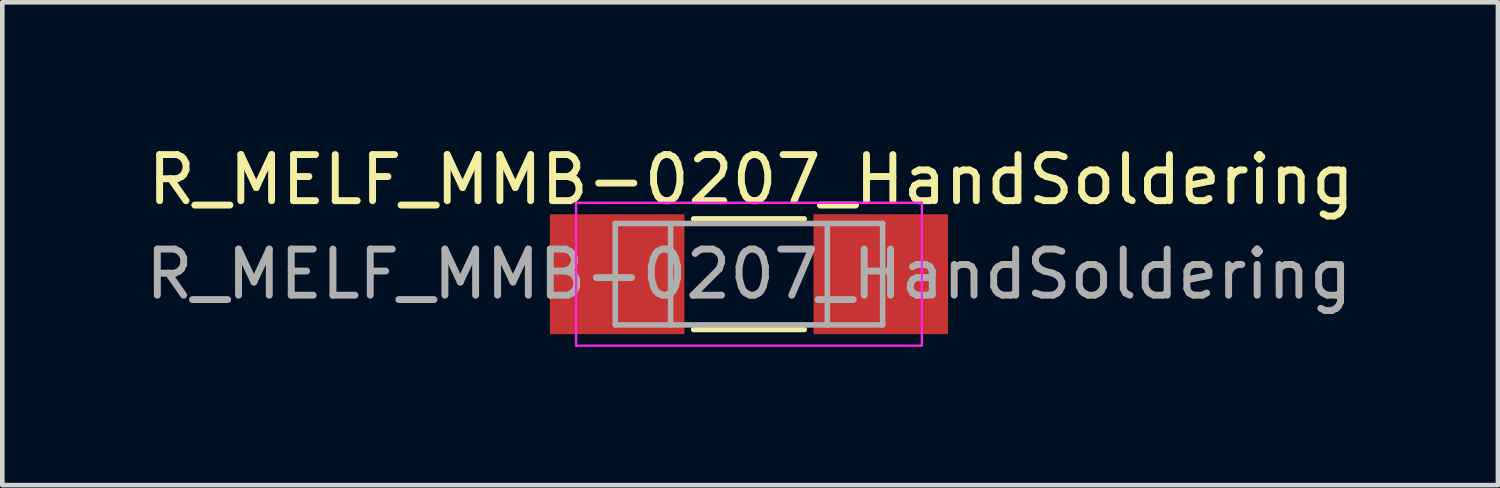
<source format=kicad_pcb>
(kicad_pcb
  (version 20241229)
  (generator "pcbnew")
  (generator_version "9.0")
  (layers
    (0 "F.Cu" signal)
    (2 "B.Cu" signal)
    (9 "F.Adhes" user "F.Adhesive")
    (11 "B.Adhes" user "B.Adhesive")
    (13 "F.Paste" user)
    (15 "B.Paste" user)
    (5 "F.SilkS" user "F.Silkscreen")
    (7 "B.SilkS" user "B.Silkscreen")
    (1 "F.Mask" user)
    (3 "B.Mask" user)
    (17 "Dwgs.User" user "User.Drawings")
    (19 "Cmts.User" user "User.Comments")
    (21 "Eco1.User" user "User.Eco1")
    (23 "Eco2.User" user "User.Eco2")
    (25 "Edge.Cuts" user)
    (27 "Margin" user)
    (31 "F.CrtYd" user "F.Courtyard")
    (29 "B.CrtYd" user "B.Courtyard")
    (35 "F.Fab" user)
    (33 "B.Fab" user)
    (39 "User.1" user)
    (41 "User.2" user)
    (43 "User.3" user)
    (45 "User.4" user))
  (footprint "R_MELF_MMB-0207_HandSoldering"
    (layer "F.Cu")
    (at 13.196 2.898)
    (property "Reference" "R_MELF_MMB-0207_HandSoldering" (at 0.05 -2.05 0) (layer "F.SilkS") (effects (font (size 1 1) (thickness 0.15))))
    (attr smd)
    (fp_line (start 1.2 -1.2) (end -1.2 -1.2) (stroke (width 0.12) (type solid)) (layer "F.SilkS"))
    (fp_line (start 1.2 1.2) (end -1.2 1.2) (stroke (width 0.12) (type solid)) (layer "F.SilkS"))
    (fp_line (start -3.75 -1.55) (end -3.75 1.55) (stroke (width 0.05) (type solid)) (layer "F.CrtYd"))
    (fp_line (start -3.75 -1.55) (end 3.75 -1.55) (stroke (width 0.05) (type solid)) (layer "F.CrtYd"))
    (fp_line (start 3.75 1.55) (end -3.75 1.55) (stroke (width 0.05) (type solid)) (layer "F.CrtYd"))
    (fp_line (start 3.75 1.55) (end 3.75 -1.55) (stroke (width 0.05) (type solid)) (layer "F.CrtYd"))
    (fp_line (start -2.9 -1.1) (end -2.9 1.1) (stroke (width 0.12) (type solid)) (layer "F.Fab"))
    (fp_line (start -2.9 1.1) (end 2.9 1.1) (stroke (width 0.12) (type solid)) (layer "F.Fab"))
    (fp_line (start -1.7 -1.1) (end -1.7 1.1) (stroke (width 0.12) (type solid)) (layer "F.Fab"))
    (fp_line (start 1.7 -1.1) (end 1.7 1.1) (stroke (width 0.12) (type solid)) (layer "F.Fab"))
    (fp_line (start 2.9 -1.1) (end -2.9 -1.1) (stroke (width 0.12) (type solid)) (layer "F.Fab"))
    (fp_line (start 2.9 1.1) (end 2.9 -1.1) (stroke (width 0.12) (type solid)) (layer "F.Fab"))
    (fp_text user "${REFERENCE}" (at 0 0 0) (layer "F.Fab") (effects (font (size 1 1) (thickness 0.15))))
    (pad "1" smd rect (at -2.859 0) (size 2.918 2.6) (layers "F.Cu" "F.Mask" "F.Paste"))
    (pad "2" smd rect (at 2.859 0) (size 2.918 2.6) (layers "F.Cu" "F.Mask" "F.Paste")))
  (gr_rect
    (start -3 -3)
    (end 29.443 7.473)
    (stroke (width 0.1) (type default))
    (fill no)
    (layer "Edge.Cuts")))
</source>
